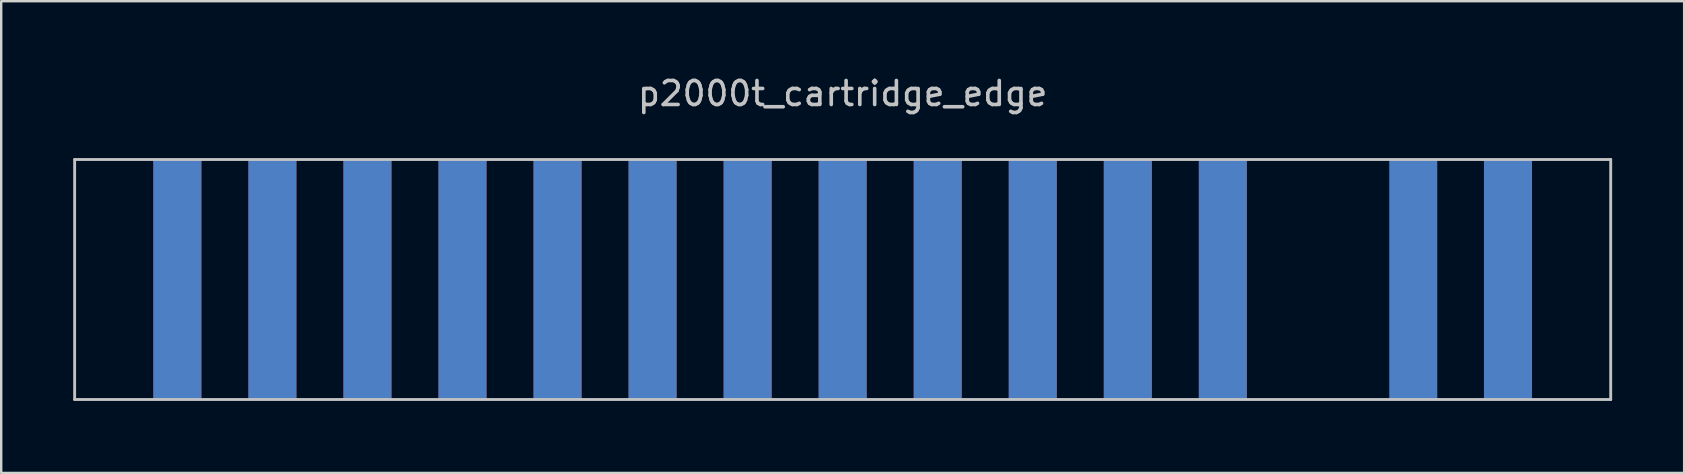
<source format=kicad_pcb>
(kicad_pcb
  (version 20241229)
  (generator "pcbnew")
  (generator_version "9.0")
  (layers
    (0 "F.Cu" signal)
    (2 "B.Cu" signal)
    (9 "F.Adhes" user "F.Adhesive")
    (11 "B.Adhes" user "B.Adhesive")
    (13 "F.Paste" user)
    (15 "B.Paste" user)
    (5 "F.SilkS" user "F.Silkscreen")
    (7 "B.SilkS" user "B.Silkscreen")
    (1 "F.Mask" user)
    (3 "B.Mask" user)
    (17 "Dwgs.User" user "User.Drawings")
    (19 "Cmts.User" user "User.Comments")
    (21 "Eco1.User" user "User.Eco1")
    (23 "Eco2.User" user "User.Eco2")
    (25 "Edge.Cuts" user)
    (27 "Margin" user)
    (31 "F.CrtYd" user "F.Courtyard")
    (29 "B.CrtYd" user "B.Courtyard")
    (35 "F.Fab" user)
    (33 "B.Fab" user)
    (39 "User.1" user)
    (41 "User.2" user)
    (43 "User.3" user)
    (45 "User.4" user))
  (footprint "p2000t_cartridge_edge"
    (layer "F.Cu")
    (at 32.06 8.595)
    (property "Reference" "p2000t_cartridge_edge" (at 0 -7.747 0) (layer "Dwgs.User") (effects (font (size 1 1) (thickness 0.15))))
    (attr smd)
    (fp_line (start -32 -5) (end -32 5) (stroke (width 0.12) (type solid)) (layer "Dwgs.User"))
    (fp_line (start -32 5) (end 32 5) (stroke (width 0.12) (type solid)) (layer "Dwgs.User"))
    (fp_line (start 32 -5) (end -32 -5) (stroke (width 0.12) (type solid)) (layer "Dwgs.User"))
    (fp_line (start 32 5) (end 32 -5) (stroke (width 0.12) (type solid)) (layer "Dwgs.User"))
    (pad "1a" smd rect (at -27.72 0) (size 2 10) (layers "F.Cu" "F.Mask" "F.Paste"))
    (pad "1b" smd rect (at -27.72 0) (size 2 10) (layers "B.Cu" "B.Mask" "B.Paste"))
    (pad "2a" smd rect (at -23.76 0) (size 2 10) (layers "F.Cu" "F.Mask" "F.Paste"))
    (pad "2b" smd rect (at -23.76 0) (size 2 10) (layers "B.Cu" "B.Mask" "B.Paste"))
    (pad "3a" smd rect (at -19.8 0) (size 2 10) (layers "F.Cu" "F.Mask" "F.Paste"))
    (pad "3b" smd rect (at -19.8 0) (size 2 10) (layers "B.Cu" "B.Mask" "B.Paste"))
    (pad "4a" smd rect (at -15.84 0) (size 2 10) (layers "F.Cu" "F.Mask" "F.Paste"))
    (pad "4b" smd rect (at -15.84 0) (size 2 10) (layers "B.Cu" "B.Mask" "B.Paste"))
    (pad "5a" smd rect (at -11.88 0) (size 2 10) (layers "F.Cu" "F.Mask" "F.Paste"))
    (pad "5b" smd rect (at -11.88 0) (size 2 10) (layers "B.Cu" "B.Mask" "B.Paste"))
    (pad "6a" smd rect (at -7.92 0) (size 2 10) (layers "F.Cu" "F.Mask" "F.Paste"))
    (pad "6b" smd rect (at -7.92 0) (size 2 10) (layers "B.Cu" "B.Mask" "B.Paste"))
    (pad "7a" smd rect (at -3.96 0) (size 2 10) (layers "F.Cu" "F.Mask" "F.Paste"))
    (pad "7b" smd rect (at -3.96 0) (size 2 10) (layers "B.Cu" "B.Mask" "B.Paste"))
    (pad "8a" smd rect (at 0 0) (size 2 10) (layers "F.Cu" "F.Mask" "F.Paste"))
    (pad "8b" smd rect (at 0 0) (size 2 10) (layers "B.Cu" "B.Mask" "B.Paste"))
    (pad "9a" smd rect (at 3.96 0) (size 2 10) (layers "F.Cu" "F.Mask" "F.Paste"))
    (pad "9b" smd rect (at 3.96 0) (size 2 10) (layers "B.Cu" "B.Mask" "B.Paste"))
    (pad "10a" smd rect (at 7.92 0) (size 2 10) (layers "F.Cu" "F.Mask" "F.Paste"))
    (pad "10b" smd rect (at 7.92 0) (size 2 10) (layers "B.Cu" "B.Mask" "B.Paste"))
    (pad "11a" smd rect (at 11.88 0) (size 2 10) (layers "F.Cu" "F.Mask" "F.Paste"))
    (pad "11b" smd rect (at 11.88 0) (size 2 10) (layers "B.Cu" "B.Mask" "B.Paste"))
    (pad "12a" smd rect (at 15.84 0) (size 2 10) (layers "F.Cu" "F.Mask" "F.Paste"))
    (pad "12b" smd rect (at 15.84 0) (size 2 10) (layers "B.Cu" "B.Mask" "B.Paste"))
    (pad "14b" smd rect (at 23.774 0) (size 2 10) (layers "B.Cu" "B.Mask" "B.Paste"))
    (pad "15a" smd rect (at 27.72 0) (size 2 10) (layers "F.Cu" "F.Mask" "F.Paste"))
    (pad "15b" smd rect (at 27.72 0) (size 2 10) (layers "B.Cu" "B.Mask" "B.Paste")))
  (gr_rect
    (start -3 -3)
    (end 67.12 16.655)
    (stroke (width 0.1) (type default))
    (fill no)
    (layer "Edge.Cuts")))
</source>
